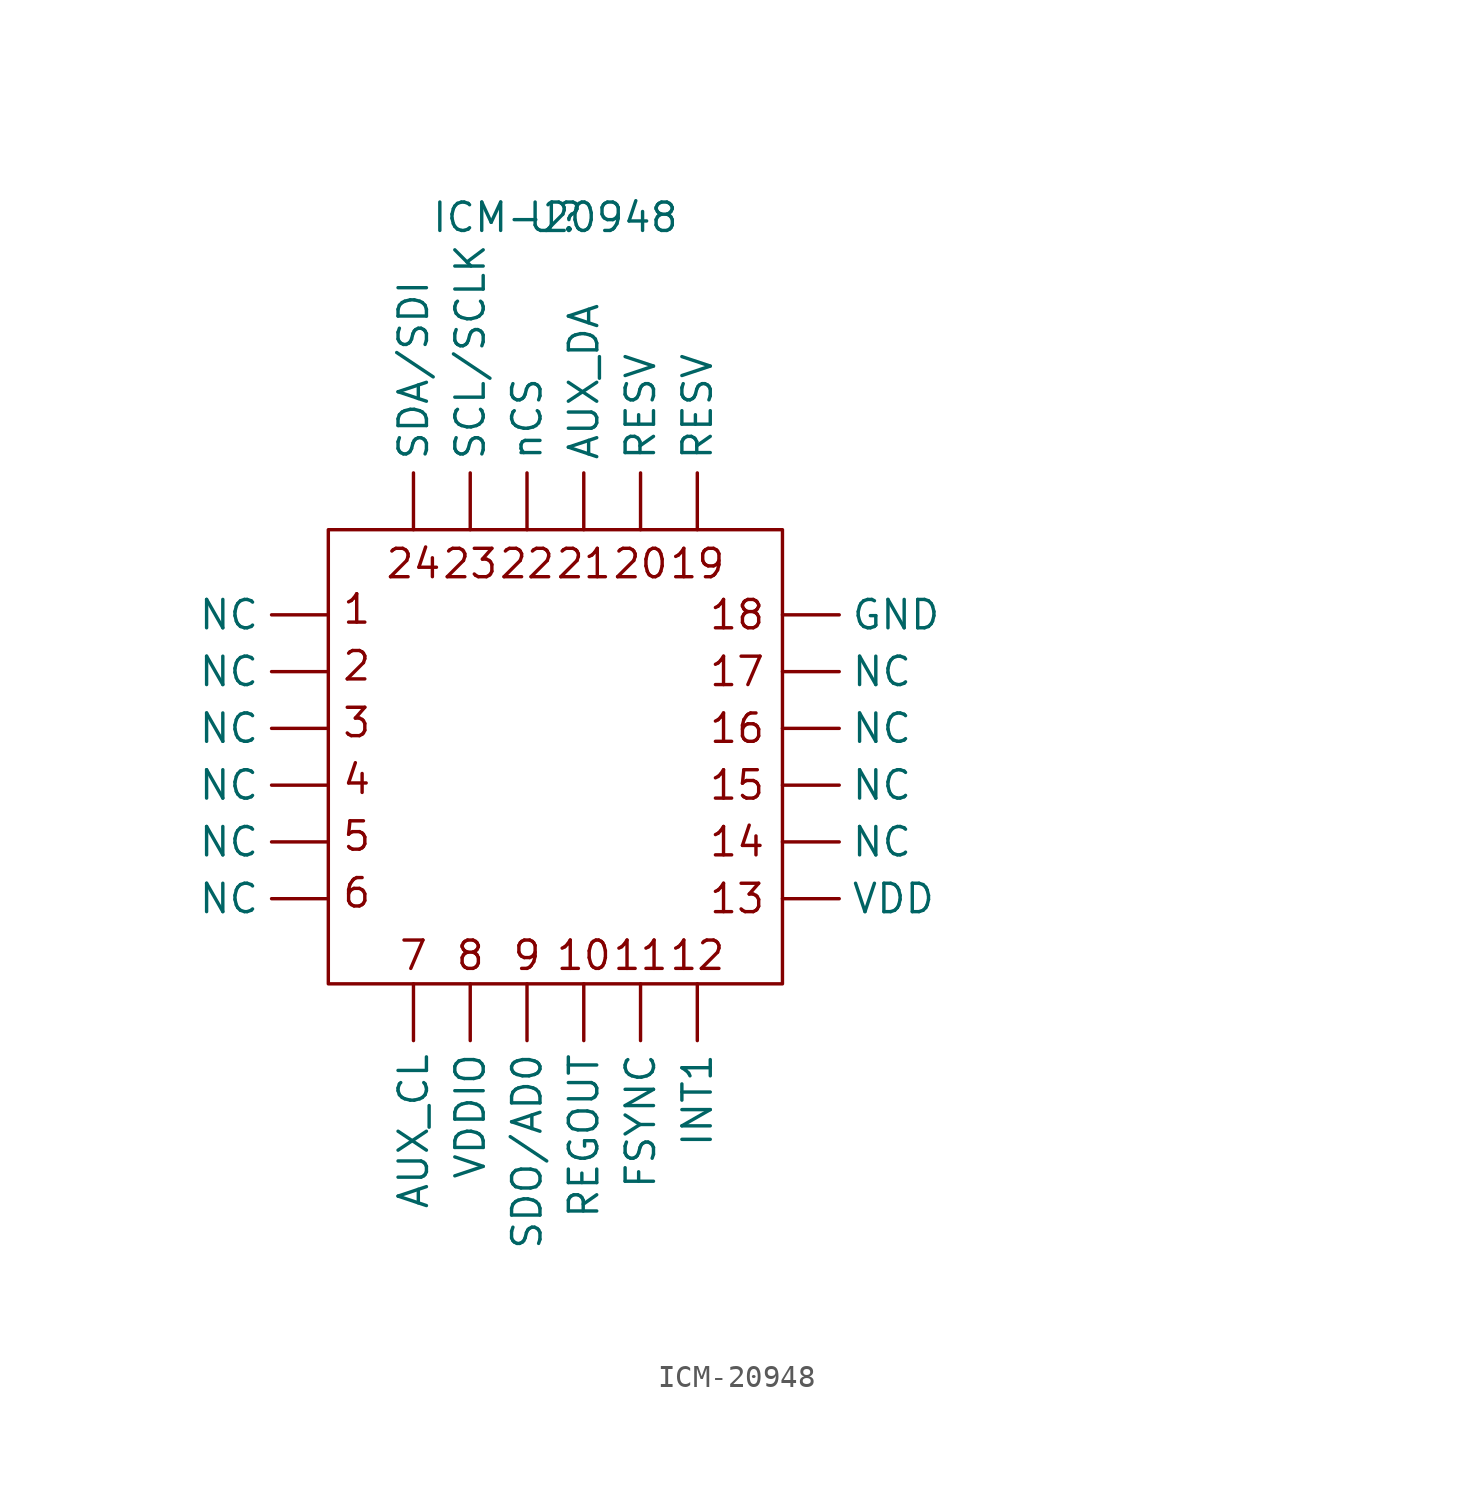
<source format=kicad_sym>
(kicad_symbol_lib
  (version 20211014)
  (generator kicad_symbol_editor)
  (symbol "ICM-20948"
    (property "Reference" "U"
      (at 0 24.13 0)
      (effects (font (size 1.27 1.27))))
    (property "Value" "ICM-20948"
      (at 0 24.13 0)
      (effects (font (size 1.27 1.27))))
    (symbol "ICM-20948_0_0"
      (polyline (pts (xy -10.16 10.16) (xy -10.16 -10.16) (xy 10.16 -10.16) (xy 10.16 10.16) (xy -10.16 10.16)) (stroke (width 0) (type default) (color 0 0 0 0)) (fill (type none)))
      (text "" (at -14.986 9.144 900) (effects (font (size 1.27 1.27))))
      (text "" (at 32.004 7.366 900) (effects (font (size 1.27 1.27))))
      (text "1" (at -8.89 6.604 0) (effects (font (size 1.27 1.27))))
      (text "10" (at 1.27 -8.89 0) (effects (font (size 1.27 1.27))))
      (text "11" (at 3.81 -8.89 0) (effects (font (size 1.27 1.27))))
      (text "12" (at 6.35 -8.89 0) (effects (font (size 1.27 1.27))))
      (text "13" (at 8.128 -6.35 0) (effects (font (size 1.27 1.27))))
      (text "14" (at 8.128 -3.81 0) (effects (font (size 1.27 1.27))))
      (text "15" (at 8.128 -1.27 0) (effects (font (size 1.27 1.27))))
      (text "16" (at 8.128 1.27 0) (effects (font (size 1.27 1.27))))
      (text "17" (at 8.128 3.81 0) (effects (font (size 1.27 1.27))))
      (text "18" (at 8.128 6.35 0) (effects (font (size 1.27 1.27))))
      (text "19" (at 6.35 8.636 0) (effects (font (size 1.27 1.27))))
      (text "2" (at -8.89 4.064 0) (effects (font (size 1.27 1.27))))
      (text "20" (at 3.81 8.636 0) (effects (font (size 1.27 1.27))))
      (text "21" (at 1.27 8.636 0) (effects (font (size 1.27 1.27))))
      (text "22" (at -1.27 8.636 0) (effects (font (size 1.27 1.27))))
      (text "23" (at -3.81 8.636 0) (effects (font (size 1.27 1.27))))
      (text "24" (at -6.35 8.636 0) (effects (font (size 1.27 1.27))))
      (text "3" (at -8.89 1.524 0) (effects (font (size 1.27 1.27))))
      (text "4" (at -8.89 -1.016 0) (effects (font (size 1.27 1.27))))
      (text "5" (at -8.89 -3.556 0) (effects (font (size 1.27 1.27))))
      (text "6" (at -8.89 -6.096 0) (effects (font (size 1.27 1.27))))
      (text "7" (at -6.35 -8.89 0) (effects (font (size 1.27 1.27))))
      (text "8" (at -3.81 -8.89 0) (effects (font (size 1.27 1.27))))
      (text "9" (at -1.27 -8.89 0) (effects (font (size 1.27 1.27)))))
    (symbol "ICM-20948_1_1"
      (pin input line (at -6.35 -10.16 270) (length 2.54) (name "AUX_CL" (effects (font (size 1.27 1.27)))) (number "" (effects (font (size 1.27 1.27)))))
      (pin input line (at 1.27 10.16 90) (length 2.54) (name "AUX_DA" (effects (font (size 1.27 1.27)))) (number "" (effects (font (size 1.27 1.27)))))
      (pin input line (at 3.81 -10.16 270) (length 2.54) (name "FSYNC" (effects (font (size 1.27 1.27)))) (number "" (effects (font (size 1.27 1.27)))))
      (pin input line (at 10.16 6.35 0) (length 2.54) (name "GND" (effects (font (size 1.27 1.27)))) (number "" (effects (font (size 1.27 1.27)))))
      (pin input line (at 6.35 -10.16 270) (length 2.54) (name "INT1" (effects (font (size 1.27 1.27)))) (number "" (effects (font (size 1.27 1.27)))))
      (pin input line (at -10.16 -6.35 180) (length 2.54) (name "NC" (effects (font (size 1.27 1.27)))) (number "" (effects (font (size 1.27 1.27)))))
      (pin input line (at -10.16 -3.81 180) (length 2.54) (name "NC" (effects (font (size 1.27 1.27)))) (number "" (effects (font (size 1.27 1.27)))))
      (pin input line (at -10.16 -1.27 180) (length 2.54) (name "NC" (effects (font (size 1.27 1.27)))) (number "" (effects (font (size 1.27 1.27)))))
      (pin input line (at -10.16 1.27 180) (length 2.54) (name "NC" (effects (font (size 1.27 1.27)))) (number "" (effects (font (size 1.27 1.27)))))
      (pin input line (at -10.16 3.81 180) (length 2.54) (name "NC" (effects (font (size 1.27 1.27)))) (number "" (effects (font (size 1.27 1.27)))))
      (pin input line (at -10.16 6.35 180) (length 2.54) (name "NC" (effects (font (size 1.27 1.27)))) (number "" (effects (font (size 1.27 1.27)))))
      (pin input line (at 10.16 -3.81 0) (length 2.54) (name "NC" (effects (font (size 1.27 1.27)))) (number "" (effects (font (size 1.27 1.27)))))
      (pin input line (at 10.16 -1.27 0) (length 2.54) (name "NC" (effects (font (size 1.27 1.27)))) (number "" (effects (font (size 1.27 1.27)))))
      (pin input line (at 10.16 1.27 0) (length 2.54) (name "NC" (effects (font (size 1.27 1.27)))) (number "" (effects (font (size 1.27 1.27)))))
      (pin input line (at 10.16 3.81 0) (length 2.54) (name "NC" (effects (font (size 1.27 1.27)))) (number "" (effects (font (size 1.27 1.27)))))
      (pin input line (at 1.27 -10.16 270) (length 2.54) (name "REGOUT" (effects (font (size 1.27 1.27)))) (number "" (effects (font (size 1.27 1.27)))))
      (pin input line (at 3.81 10.16 90) (length 2.54) (name "RESV" (effects (font (size 1.27 1.27)))) (number "" (effects (font (size 1.27 1.27)))))
      (pin input line (at 6.35 10.16 90) (length 2.54) (name "RESV" (effects (font (size 1.27 1.27)))) (number "" (effects (font (size 1.27 1.27)))))
      (pin input line (at -3.81 10.16 90) (length 2.54) (name "SCL/SCLK" (effects (font (size 1.27 1.27)))) (number "" (effects (font (size 1.27 1.27)))))
      (pin input line (at -6.35 10.16 90) (length 2.54) (name "SDA/SDI" (effects (font (size 1.27 1.27)))) (number "" (effects (font (size 1.27 1.27)))))
      (pin input line (at -1.27 -10.16 270) (length 2.54) (name "SDO/AD0" (effects (font (size 1.27 1.27)))) (number "" (effects (font (size 1.27 1.27)))))
      (pin input line (at 10.16 -6.35 0) (length 2.54) (name "VDD" (effects (font (size 1.27 1.27)))) (number "" (effects (font (size 1.27 1.27)))))
      (pin input line (at -3.81 -10.16 270) (length 2.54) (name "VDDIO" (effects (font (size 1.27 1.27)))) (number "" (effects (font (size 1.27 1.27)))))
      (pin input line (at -1.27 10.16 90) (length 2.54) (name "nCS" (effects (font (size 1.27 1.27)))) (number "" (effects (font (size 1.27 1.27))))))))
</source>
